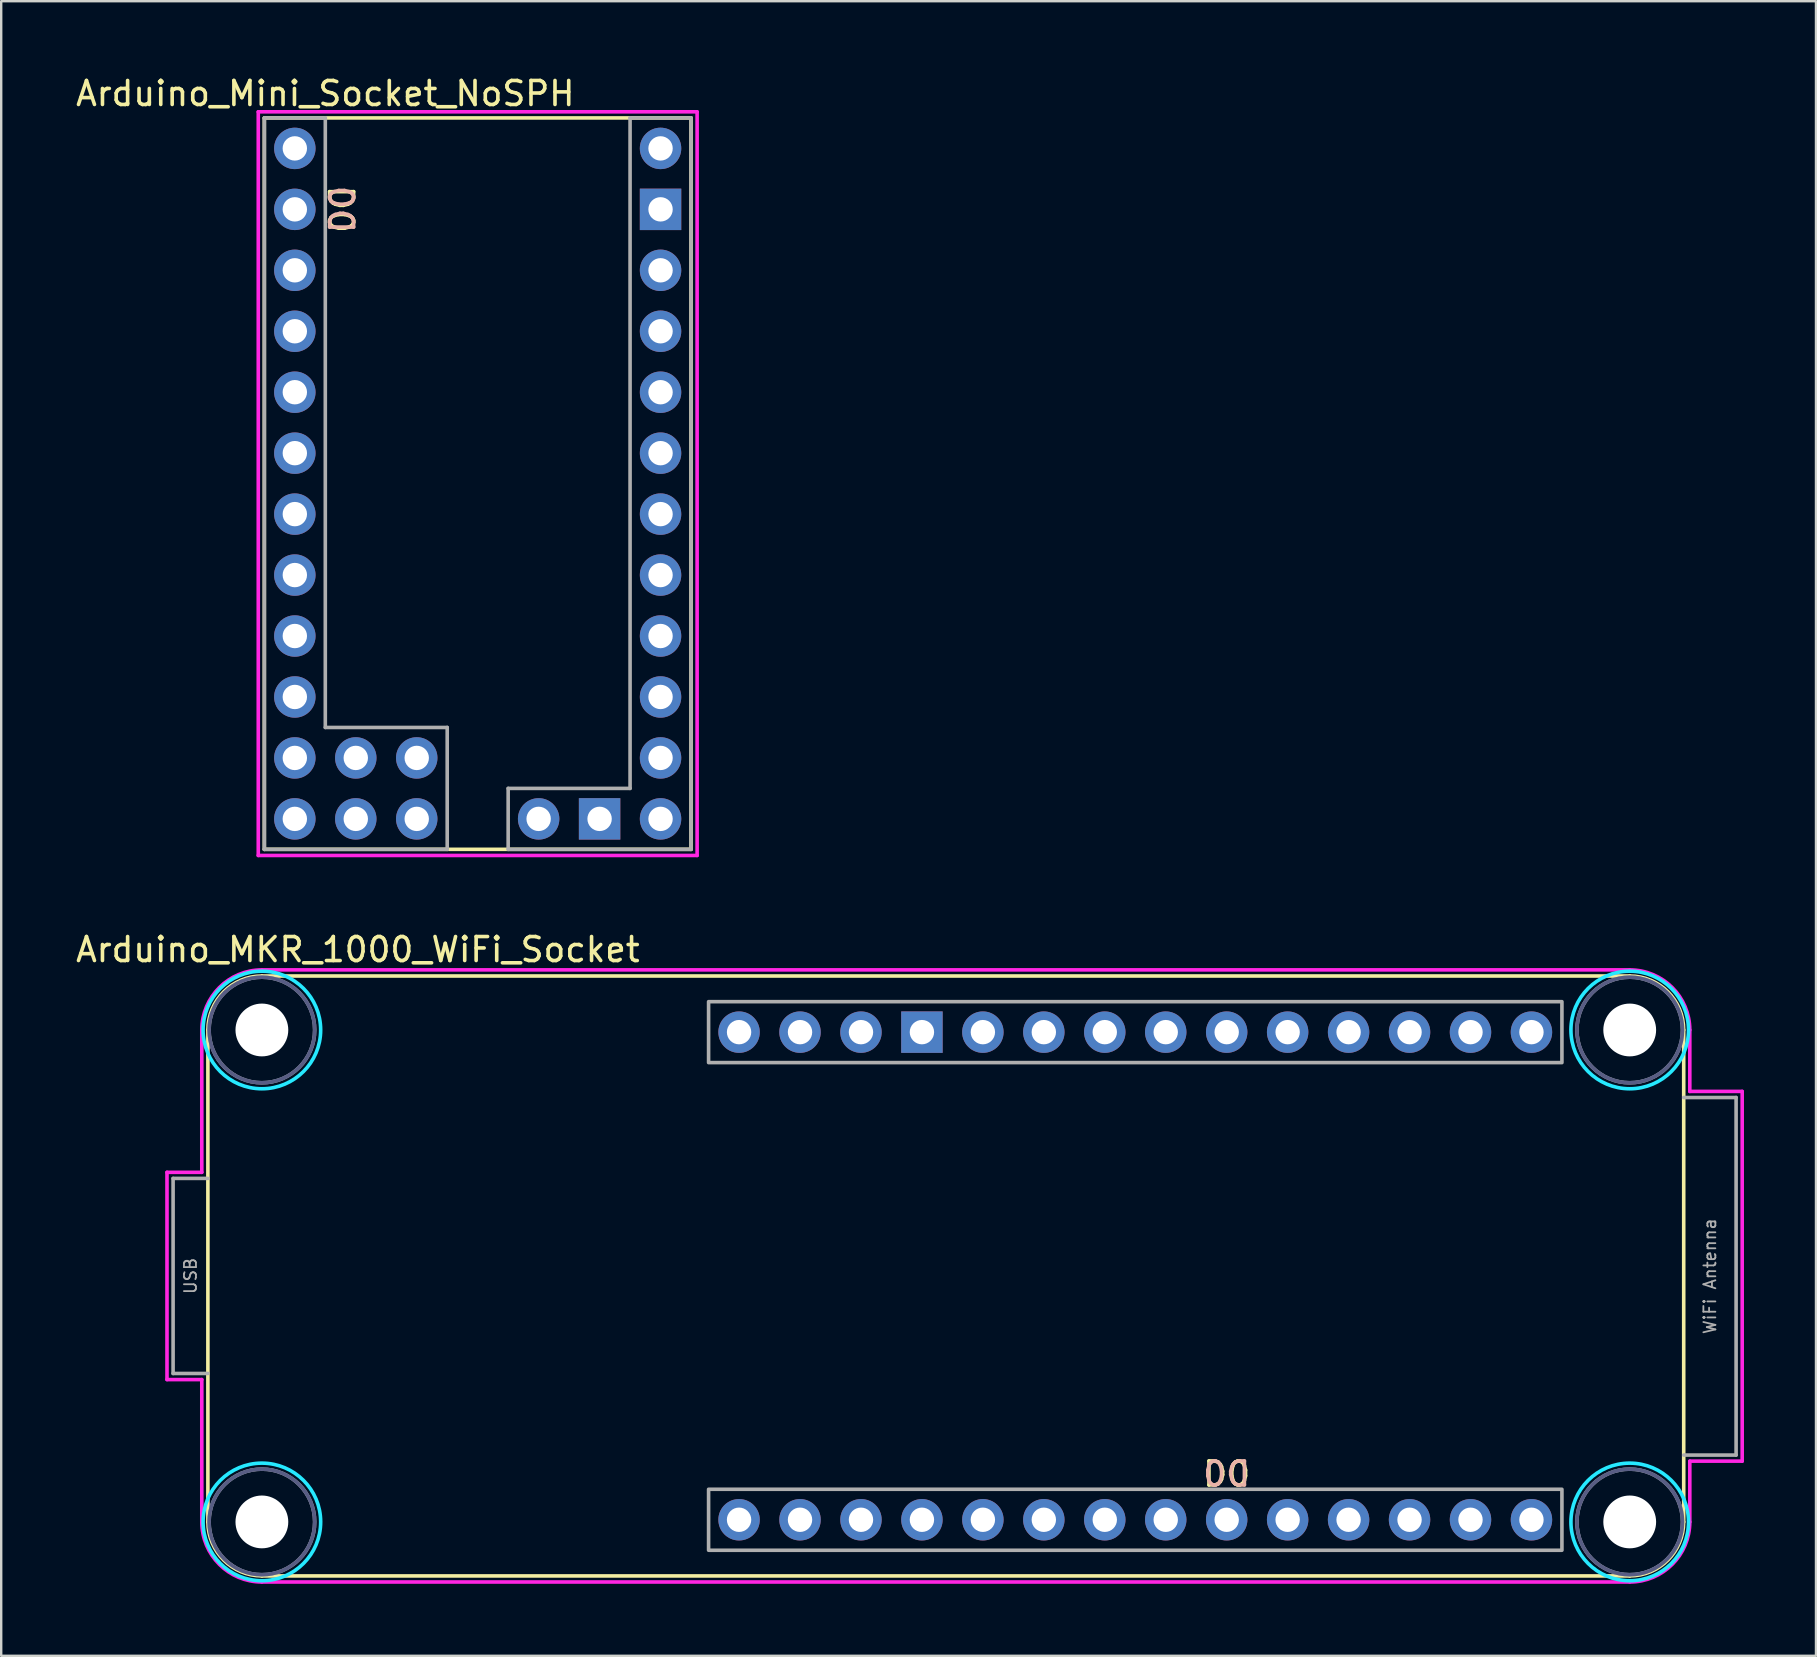
<source format=kicad_pcb>
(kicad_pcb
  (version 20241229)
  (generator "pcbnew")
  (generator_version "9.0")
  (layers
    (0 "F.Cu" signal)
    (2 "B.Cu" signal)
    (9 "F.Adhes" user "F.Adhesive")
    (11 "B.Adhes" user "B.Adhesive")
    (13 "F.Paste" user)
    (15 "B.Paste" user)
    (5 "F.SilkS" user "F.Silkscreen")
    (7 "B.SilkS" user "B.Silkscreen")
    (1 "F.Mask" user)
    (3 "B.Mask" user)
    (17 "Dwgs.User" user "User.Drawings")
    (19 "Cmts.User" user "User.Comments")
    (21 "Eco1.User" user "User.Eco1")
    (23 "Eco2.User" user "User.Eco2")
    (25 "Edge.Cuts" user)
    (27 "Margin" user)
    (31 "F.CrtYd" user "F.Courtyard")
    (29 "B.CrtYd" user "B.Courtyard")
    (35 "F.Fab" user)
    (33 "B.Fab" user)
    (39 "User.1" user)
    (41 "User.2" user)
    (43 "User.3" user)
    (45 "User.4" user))
  (footprint "Arduino_MKR_1000_WiFi_Socket"
    (layer "F.Cu")
    (at 7.863 39.871)
    (property "Reference" "Arduino_MKR_1000_WiFi_Socket" (at 4 -3.35 0) (unlocked yes) (layer "F.SilkS") (effects (font (size 1 1) (thickness 0.15))))
    (attr through_hole)
    (fp_line (start -2.25 20.5) (end -2.25 0) (stroke (width 0.15) (type solid)) (layer "F.SilkS"))
    (fp_line (start 0 -2.25) (end 57 -2.25) (stroke (width 0.15) (type solid)) (layer "F.SilkS"))
    (fp_line (start 0 22.75) (end 57 22.75) (stroke (width 0.15) (type solid)) (layer "F.SilkS"))
    (fp_line (start 59.25 20.5) (end 59.25 0) (stroke (width 0.15) (type solid)) (layer "F.SilkS"))
    (fp_arc (start -2.25 0) (mid -1.59099 -1.59099) (end 0 -2.25) (stroke (width 0.15) (type solid)) (layer "F.SilkS"))
    (fp_arc (start 0 22.75) (mid -1.59099 22.09099) (end -2.25 20.5) (stroke (width 0.15) (type solid)) (layer "F.SilkS"))
    (fp_arc (start 57 -2.25) (mid 58.59099 -1.59099) (end 59.25 0) (stroke (width 0.15) (type solid)) (layer "F.SilkS"))
    (fp_arc (start 59.25 20.5) (mid 58.59099 22.09099) (end 57 22.75) (stroke (width 0.15) (type solid)) (layer "F.SilkS"))
    (fp_circle (center 0 0) (end 2.45 0) (stroke (width 0.15) (type solid)) (fill no) (layer "B.CrtYd"))
    (fp_circle (center 0 20.5) (end 2.45 20.5) (stroke (width 0.15) (type solid)) (fill no) (layer "B.CrtYd"))
    (fp_circle (center 57 0) (end 59.45 0) (stroke (width 0.15) (type solid)) (fill no) (layer "B.CrtYd"))
    (fp_circle (center 57 20.5) (end 59.45 20.5) (stroke (width 0.15) (type solid)) (fill no) (layer "B.CrtYd"))
    (fp_line (start -3.954 5.932) (end -2.504 5.932) (stroke (width 0.15) (type solid)) (layer "F.CrtYd"))
    (fp_line (start -3.954 14.568) (end -3.954 5.932) (stroke (width 0.15) (type solid)) (layer "F.CrtYd"))
    (fp_line (start -2.504 5.932) (end -2.504 0) (stroke (width 0.15) (type solid)) (layer "F.CrtYd"))
    (fp_line (start -2.504 14.568) (end -3.954 14.568) (stroke (width 0.15) (type solid)) (layer "F.CrtYd"))
    (fp_line (start -2.504 20.5) (end -2.504 14.568) (stroke (width 0.15) (type solid)) (layer "F.CrtYd"))
    (fp_line (start 0 -2.504) (end 57 -2.504) (stroke (width 0.15) (type solid)) (layer "F.CrtYd"))
    (fp_line (start 57 23.004) (end 0 23.004) (stroke (width 0.15) (type solid)) (layer "F.CrtYd"))
    (fp_line (start 59.504 0) (end 59.504 2.56) (stroke (width 0.15) (type solid)) (layer "F.CrtYd"))
    (fp_line (start 59.504 2.56) (end 61.687 2.56) (stroke (width 0.15) (type solid)) (layer "F.CrtYd"))
    (fp_line (start 59.504 17.968) (end 59.504 20.5) (stroke (width 0.15) (type solid)) (layer "F.CrtYd"))
    (fp_line (start 61.687 2.56) (end 61.687 17.968) (stroke (width 0.15) (type solid)) (layer "F.CrtYd"))
    (fp_line (start 61.687 17.968) (end 59.504 17.968) (stroke (width 0.15) (type solid)) (layer "F.CrtYd"))
    (fp_arc (start -2.504 0) (mid -1.770595 -1.770595) (end 0 -2.504) (stroke (width 0.15) (type solid)) (layer "F.CrtYd"))
    (fp_arc (start 0 23.004) (mid -1.770595 22.270595) (end -2.504 20.5) (stroke (width 0.15) (type solid)) (layer "F.CrtYd"))
    (fp_arc (start 57 -2.504) (mid 58.770595 -1.770595) (end 59.504 0) (stroke (width 0.15) (type solid)) (layer "F.CrtYd"))
    (fp_arc (start 59.504 20.5) (mid 58.770595 22.270595) (end 57 23.004) (stroke (width 0.15) (type solid)) (layer "F.CrtYd"))
    (fp_circle (center 0 0) (end 2.2 0) (stroke (width 0.15) (type solid)) (fill no) (layer "B.Fab"))
    (fp_circle (center 0 20.5) (end 2.2 20.5) (stroke (width 0.15) (type solid)) (fill no) (layer "B.Fab"))
    (fp_circle (center 57 0) (end 59.2 0) (stroke (width 0.15) (type solid)) (fill no) (layer "B.Fab"))
    (fp_circle (center 57 20.5) (end 59.2 20.5) (stroke (width 0.15) (type solid)) (fill no) (layer "B.Fab"))
    (fp_line (start -3.7 6.186) (end -3.7 14.314) (stroke (width 0.15) (type solid)) (layer "F.Fab"))
    (fp_line (start -3.7 14.314) (end -2.25 14.314) (stroke (width 0.15) (type solid)) (layer "F.Fab"))
    (fp_line (start -2.25 6.186) (end -3.7 6.186) (stroke (width 0.15) (type solid)) (layer "F.Fab"))
    (fp_line (start 59.25 2.814) (end 61.433 2.814) (stroke (width 0.15) (type solid)) (layer "F.Fab"))
    (fp_line (start 61.433 2.814) (end 61.433 17.714) (stroke (width 0.15) (type solid)) (layer "F.Fab"))
    (fp_line (start 61.433 17.714) (end 59.25 17.714) (stroke (width 0.15) (type solid)) (layer "F.Fab"))
    (fp_rect (start 18.615 -1.18) (end 54.175 1.36) (stroke (width 0.15) (type solid)) (fill no) (layer "F.Fab"))
    (fp_rect (start 18.615 19.14) (end 54.175 21.68) (stroke (width 0.15) (type solid)) (fill no) (layer "F.Fab"))
    (fp_circle (center 0 0) (end 2.2 0) (stroke (width 0.15) (type solid)) (fill no) (layer "F.Fab"))
    (fp_circle (center 0 20.5) (end 2.2 20.5) (stroke (width 0.15) (type solid)) (fill no) (layer "F.Fab"))
    (fp_circle (center 57 0) (end 59.2 0) (stroke (width 0.15) (type solid)) (fill no) (layer "F.Fab"))
    (fp_circle (center 57 20.5) (end 59.2 20.5) (stroke (width 0.15) (type solid)) (fill no) (layer "F.Fab"))
    (fp_text user "D0" (at 40.205 18.505 0) (unlocked yes) (layer "F.SilkS") (effects (font (size 1 1) (thickness 0.15))))
    (fp_text user "D0" (at 40.205 18.505 0) (unlocked yes) (layer "B.SilkS") (effects (font (size 1 1) (thickness 0.15)) (justify mirror)))
    (fp_text user "USB" (at -2.975 10.25 270) (layer "F.Fab") (effects (font (size 0.5 0.5) (thickness 0.075))))
    (fp_text user "WiFi Antenna" (at 60.342 10.264 270) (layer "F.Fab") (effects (font (size 0.5 0.5) (thickness 0.075))))
    (pad "" np_thru_hole circle (at 0 0) (size 2.2 2.2) (drill 2.2) (layers "*.Cu" "*.Mask"))
    (pad "" np_thru_hole circle (at 0 20.5) (size 2.2 2.2) (drill 2.2) (layers "*.Cu" "*.Mask"))
    (pad "" np_thru_hole circle (at 57 0) (size 2.2 2.2) (drill 2.2) (layers "*.Cu" "*.Mask"))
    (pad "" np_thru_hole circle (at 57 20.5) (size 2.2 2.2) (drill 2.2) (layers "*.Cu" "*.Mask"))
    (pad "3V3" thru_hole circle (at 24.965 0.09) (size 1.727 1.727) (drill 1.016) (layers "*.Cu" "*.Mask"))
    (pad "5V" thru_hole circle (at 19.885 0.09) (size 1.727 1.727) (drill 1.016) (layers "*.Cu" "*.Mask"))
    (pad "A0" thru_hole circle (at 22.425 20.41) (size 1.727 1.727) (drill 1.016) (layers "*.Cu" "*.Mask"))
    (pad "A1" thru_hole circle (at 24.965 20.41) (size 1.727 1.727) (drill 1.016) (layers "*.Cu" "*.Mask"))
    (pad "A2" thru_hole circle (at 27.505 20.41) (size 1.727 1.727) (drill 1.016) (layers "*.Cu" "*.Mask"))
    (pad "A3" thru_hole circle (at 30.045 20.41) (size 1.727 1.727) (drill 1.016) (layers "*.Cu" "*.Mask"))
    (pad "A4" thru_hole circle (at 32.585 20.41) (size 1.727 1.727) (drill 1.016) (layers "*.Cu" "*.Mask"))
    (pad "A5" thru_hole circle (at 35.125 20.41) (size 1.727 1.727) (drill 1.016) (layers "*.Cu" "*.Mask"))
    (pad "A6" thru_hole circle (at 37.665 20.41) (size 1.727 1.727) (drill 1.016) (layers "*.Cu" "*.Mask"))
    (pad "AREF" thru_hole circle (at 19.885 20.41) (size 1.727 1.727) (drill 1.016) (layers "*.Cu" "*.Mask"))
    (pad "D0" thru_hole circle (at 40.205 20.41) (size 1.727 1.727) (drill 1.016) (layers "*.Cu" "*.Mask"))
    (pad "D1" thru_hole circle (at 42.745 20.41) (size 1.727 1.727) (drill 1.016) (layers "*.Cu" "*.Mask"))
    (pad "D2" thru_hole circle (at 45.285 20.41) (size 1.727 1.727) (drill 1.016) (layers "*.Cu" "*.Mask"))
    (pad "D3" thru_hole circle (at 47.825 20.41) (size 1.727 1.727) (drill 1.016) (layers "*.Cu" "*.Mask"))
    (pad "D4" thru_hole circle (at 50.365 20.41) (size 1.727 1.727) (drill 1.016) (layers "*.Cu" "*.Mask"))
    (pad "D5" thru_hole circle (at 52.905 20.41) (size 1.727 1.727) (drill 1.016) (layers "*.Cu" "*.Mask"))
    (pad "D6" thru_hole circle (at 52.905 0.09) (size 1.727 1.727) (drill 1.016) (layers "*.Cu" "*.Mask"))
    (pad "D7" thru_hole circle (at 50.365 0.09) (size 1.727 1.727) (drill 1.016) (layers "*.Cu" "*.Mask"))
    (pad "D8" thru_hole circle (at 47.825 0.09) (size 1.727 1.727) (drill 1.016) (layers "*.Cu" "*.Mask"))
    (pad "D9" thru_hole circle (at 45.285 0.09) (size 1.727 1.727) (drill 1.016) (layers "*.Cu" "*.Mask"))
    (pad "D10" thru_hole circle (at 42.745 0.09) (size 1.727 1.727) (drill 1.016) (layers "*.Cu" "*.Mask"))
    (pad "D11" thru_hole circle (at 40.205 0.09) (size 1.727 1.727) (drill 1.016) (layers "*.Cu" "*.Mask"))
    (pad "D12" thru_hole circle (at 37.665 0.09) (size 1.727 1.727) (drill 1.016) (layers "*.Cu" "*.Mask"))
    (pad "D13" thru_hole circle (at 35.125 0.09) (size 1.727 1.727) (drill 1.016) (layers "*.Cu" "*.Mask"))
    (pad "D14" thru_hole circle (at 32.585 0.09) (size 1.727 1.727) (drill 1.016) (layers "*.Cu" "*.Mask"))
    (pad "GND" thru_hole rect (at 27.505 0.09) (size 1.727 1.727) (drill 1.016) (layers "*.Cu" "*.Mask"))
    (pad "RST" thru_hole circle (at 30.045 0.09) (size 1.727 1.727) (drill 1.016) (layers "*.Cu" "*.Mask"))
    (pad "VIN" thru_hole circle (at 22.425 0.09) (size 1.727 1.727) (drill 1.016) (layers "*.Cu" "*.Mask")))
  (footprint "Arduino_Mini_Socket_NoSPH"
    (layer "F.Cu")
    (at 7.966 32.344)
    (property "Reference" "Arduino_Mini_Socket_NoSPH" (at 2.54 -31.496 0) (layer "F.SilkS") (effects (font (size 1 1) (thickness 0.15))))
    (attr through_hole)
    (fp_line (start 0 -30.48) (end 17.78 -30.48) (stroke (width 0.15) (type solid)) (layer "F.SilkS"))
    (fp_line (start 0 0) (end 0 -30.48) (stroke (width 0.15) (type solid)) (layer "F.SilkS"))
    (fp_line (start 17.78 -30.48) (end 17.78 0) (stroke (width 0.15) (type solid)) (layer "F.SilkS"))
    (fp_line (start 17.78 0) (end 0 0) (stroke (width 0.15) (type solid)) (layer "F.SilkS"))
    (fp_line (start -0.254 -30.734) (end 18.034 -30.734) (stroke (width 0.15) (type solid)) (layer "F.CrtYd"))
    (fp_line (start -0.254 0.254) (end -0.254 -30.734) (stroke (width 0.15) (type solid)) (layer "F.CrtYd"))
    (fp_line (start 18.034 -30.734) (end 18.034 0.254) (stroke (width 0.15) (type solid)) (layer "F.CrtYd"))
    (fp_line (start 18.034 0.254) (end -0.254 0.254) (stroke (width 0.15) (type solid)) (layer "F.CrtYd"))
    (fp_line (start 0 -30.48) (end 2.54 -30.48) (stroke (width 0.15) (type solid)) (layer "F.Fab"))
    (fp_line (start 0 0) (end 0 -30.48) (stroke (width 0.15) (type solid)) (layer "F.Fab"))
    (fp_line (start 2.54 -30.48) (end 2.54 -5.08) (stroke (width 0.15) (type solid)) (layer "F.Fab"))
    (fp_line (start 2.54 -5.08) (end 7.62 -5.08) (stroke (width 0.15) (type solid)) (layer "F.Fab"))
    (fp_line (start 7.62 -5.08) (end 7.62 0) (stroke (width 0.15) (type solid)) (layer "F.Fab"))
    (fp_line (start 7.62 0) (end 0 0) (stroke (width 0.15) (type solid)) (layer "F.Fab"))
    (fp_line (start 10.16 -2.54) (end 15.24 -2.54) (stroke (width 0.15) (type solid)) (layer "F.Fab"))
    (fp_line (start 10.16 0) (end 10.16 -2.54) (stroke (width 0.15) (type solid)) (layer "F.Fab"))
    (fp_line (start 15.24 -30.48) (end 17.78 -30.48) (stroke (width 0.15) (type solid)) (layer "F.Fab"))
    (fp_line (start 15.24 -2.54) (end 15.24 -30.48) (stroke (width 0.15) (type solid)) (layer "F.Fab"))
    (fp_line (start 17.78 -30.48) (end 17.78 0) (stroke (width 0.15) (type solid)) (layer "F.Fab"))
    (fp_line (start 17.78 0) (end 10.16 0) (stroke (width 0.15) (type solid)) (layer "F.Fab"))
    (fp_text user "D0" (at 3.175 -26.67 270) (unlocked yes) (layer "F.SilkS") (effects (font (size 1 1) (thickness 0.15))))
    (fp_text user "D0" (at 3.175 -26.67 270) (unlocked yes) (layer "B.SilkS") (effects (font (size 1 1) (thickness 0.15)) (justify mirror)))
    (pad "5V1" thru_hole circle (at 16.51 -21.59) (size 1.727 1.727) (drill 1.016) (layers "*.Cu" "*.Mask"))
    (pad "5V3" thru_hole circle (at 11.43 -1.27) (size 1.727 1.727) (drill 1.016) (layers "*.Cu" "*.Mask"))
    (pad "A0" thru_hole circle (at 16.51 -11.43) (size 1.727 1.727) (drill 1.016) (layers "*.Cu" "*.Mask"))
    (pad "A1" thru_hole circle (at 16.51 -13.97) (size 1.727 1.727) (drill 1.016) (layers "*.Cu" "*.Mask"))
    (pad "A2" thru_hole circle (at 16.51 -16.51) (size 1.727 1.727) (drill 1.016) (layers "*.Cu" "*.Mask"))
    (pad "A3" thru_hole circle (at 16.51 -19.05) (size 1.727 1.727) (drill 1.016) (layers "*.Cu" "*.Mask"))
    (pad "A4" thru_hole circle (at 3.81 -1.27) (size 1.727 1.727) (drill 1.016) (layers "*.Cu" "*.Mask"))
    (pad "A5" thru_hole circle (at 6.35 -1.27) (size 1.727 1.727) (drill 1.016) (layers "*.Cu" "*.Mask"))
    (pad "A6" thru_hole circle (at 3.81 -3.81) (size 1.727 1.727) (drill 1.016) (layers "*.Cu" "*.Mask"))
    (pad "A7" thru_hole circle (at 6.35 -3.81) (size 1.727 1.727) (drill 1.016) (layers "*.Cu" "*.Mask"))
    (pad "D0" thru_hole circle (at 1.27 -26.67) (size 1.727 1.727) (drill 1.016) (layers "*.Cu" "*.Mask"))
    (pad "D1" thru_hole circle (at 1.27 -29.21) (size 1.727 1.727) (drill 1.016) (layers "*.Cu" "*.Mask"))
    (pad "D2" thru_hole circle (at 1.27 -19.05) (size 1.727 1.727) (drill 1.016) (layers "*.Cu" "*.Mask"))
    (pad "D3" thru_hole circle (at 1.27 -16.51) (size 1.727 1.727) (drill 1.016) (layers "*.Cu" "*.Mask"))
    (pad "D4" thru_hole circle (at 1.27 -13.97) (size 1.727 1.727) (drill 1.016) (layers "*.Cu" "*.Mask"))
    (pad "D5" thru_hole circle (at 1.27 -11.43) (size 1.727 1.727) (drill 1.016) (layers "*.Cu" "*.Mask"))
    (pad "D6" thru_hole circle (at 1.27 -8.89) (size 1.727 1.727) (drill 1.016) (layers "*.Cu" "*.Mask"))
    (pad "D7" thru_hole circle (at 1.27 -6.35) (size 1.727 1.727) (drill 1.016) (layers "*.Cu" "*.Mask"))
    (pad "D8" thru_hole circle (at 1.27 -3.81) (size 1.727 1.727) (drill 1.016) (layers "*.Cu" "*.Mask"))
    (pad "D9" thru_hole circle (at 1.27 -1.27) (size 1.727 1.727) (drill 1.016) (layers "*.Cu" "*.Mask"))
    (pad "D10" thru_hole circle (at 16.51 -1.27) (size 1.727 1.727) (drill 1.016) (layers "*.Cu" "*.Mask"))
    (pad "D11" thru_hole circle (at 16.51 -3.81) (size 1.727 1.727) (drill 1.016) (layers "*.Cu" "*.Mask"))
    (pad "D12" thru_hole circle (at 16.51 -6.35) (size 1.727 1.727) (drill 1.016) (layers "*.Cu" "*.Mask"))
    (pad "D13" thru_hole circle (at 16.51 -8.89) (size 1.727 1.727) (drill 1.016) (layers "*.Cu" "*.Mask"))
    (pad "GND2" thru_hole rect (at 16.51 -26.67) (size 1.727 1.727) (drill 1.016) (layers "*.Cu" "*.Mask"))
    (pad "GND4" thru_hole rect (at 13.97 -1.27) (size 1.727 1.727) (drill 1.016) (layers "*.Cu" "*.Mask"))
    (pad "L0" thru_hole circle (at 1.27 -24.13) (size 1.727 1.727) (drill 1.016) (layers "*.Cu" "*.Mask"))
    (pad "L1" thru_hole circle (at 1.27 -21.59) (size 1.727 1.727) (drill 1.016) (layers "*.Cu" "*.Mask"))
    (pad "RST2" thru_hole circle (at 16.51 -24.13) (size 1.727 1.727) (drill 1.016) (layers "*.Cu" "*.Mask"))
    (pad "VIN" thru_hole circle (at 16.51 -29.21) (size 1.727 1.727) (drill 1.016) (layers "*.Cu" "*.Mask")))
  (gr_rect
    (start -3 -3)
    (end 72.625 65.951)
    (stroke (width 0.1) (type default))
    (fill no)
    (layer "Edge.Cuts")))
</source>
